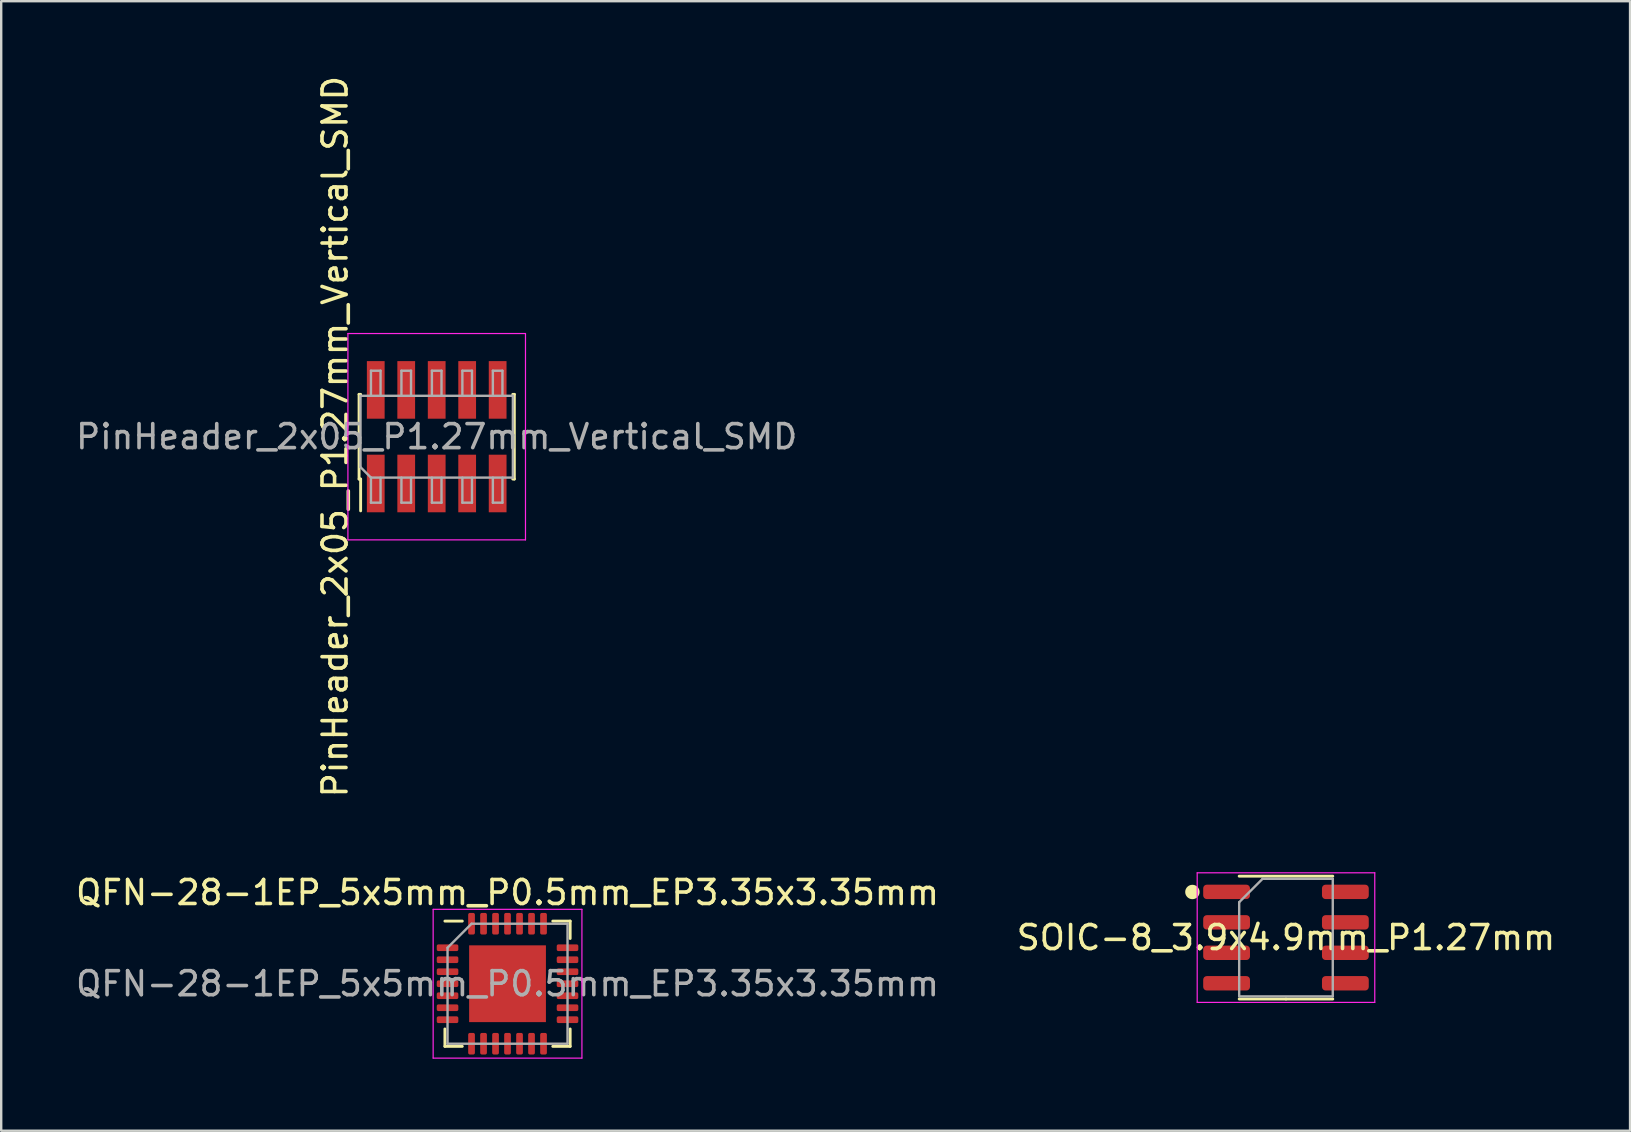
<source format=kicad_pcb>
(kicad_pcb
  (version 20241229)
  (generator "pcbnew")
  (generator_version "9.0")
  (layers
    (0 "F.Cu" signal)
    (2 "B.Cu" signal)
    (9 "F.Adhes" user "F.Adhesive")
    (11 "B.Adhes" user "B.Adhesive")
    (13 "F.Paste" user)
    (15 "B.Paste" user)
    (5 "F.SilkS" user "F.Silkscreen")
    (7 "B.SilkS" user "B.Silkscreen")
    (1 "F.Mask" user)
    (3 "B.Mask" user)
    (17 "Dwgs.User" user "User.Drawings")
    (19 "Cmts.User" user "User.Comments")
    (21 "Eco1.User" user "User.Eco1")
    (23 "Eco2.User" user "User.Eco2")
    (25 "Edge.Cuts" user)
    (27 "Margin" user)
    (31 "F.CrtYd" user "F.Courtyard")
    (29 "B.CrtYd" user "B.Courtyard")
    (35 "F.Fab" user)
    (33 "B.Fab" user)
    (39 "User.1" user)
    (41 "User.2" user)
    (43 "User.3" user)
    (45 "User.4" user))
  (footprint "QFN-28-1EP_5x5mm_P0.5mm_EP3.35x3.35mm"
    (layer "F.Cu")
    (at 18.101 37.946)
    (property "Reference" "QFN-28-1EP_5x5mm_P0.5mm_EP3.35x3.35mm" (at 0 -3.8 0) (layer "F.SilkS") (effects (font (size 1 1) (thickness 0.15))))
    (attr smd)
    (fp_line (start -2.61 2.61) (end -2.61 1.885) (stroke (width 0.12) (type solid)) (layer "F.SilkS"))
    (fp_line (start -1.885 -2.61) (end -2.61 -2.61) (stroke (width 0.12) (type solid)) (layer "F.SilkS"))
    (fp_line (start -1.885 2.61) (end -2.61 2.61) (stroke (width 0.12) (type solid)) (layer "F.SilkS"))
    (fp_line (start 1.885 -2.61) (end 2.61 -2.61) (stroke (width 0.12) (type solid)) (layer "F.SilkS"))
    (fp_line (start 1.885 2.61) (end 2.61 2.61) (stroke (width 0.12) (type solid)) (layer "F.SilkS"))
    (fp_line (start 2.61 -2.61) (end 2.61 -1.885) (stroke (width 0.12) (type solid)) (layer "F.SilkS"))
    (fp_line (start 2.61 2.61) (end 2.61 1.885) (stroke (width 0.12) (type solid)) (layer "F.SilkS"))
    (fp_line (start -3.1 -3.1) (end -3.1 3.1) (stroke (width 0.05) (type solid)) (layer "F.CrtYd"))
    (fp_line (start -3.1 3.1) (end 3.1 3.1) (stroke (width 0.05) (type solid)) (layer "F.CrtYd"))
    (fp_line (start 3.1 -3.1) (end -3.1 -3.1) (stroke (width 0.05) (type solid)) (layer "F.CrtYd"))
    (fp_line (start 3.1 3.1) (end 3.1 -3.1) (stroke (width 0.05) (type solid)) (layer "F.CrtYd"))
    (fp_line (start -2.5 -1.5) (end -1.5 -2.5) (stroke (width 0.1) (type solid)) (layer "F.Fab"))
    (fp_line (start -2.5 2.5) (end -2.5 -1.5) (stroke (width 0.1) (type solid)) (layer "F.Fab"))
    (fp_line (start -1.5 -2.5) (end 2.5 -2.5) (stroke (width 0.1) (type solid)) (layer "F.Fab"))
    (fp_line (start 2.5 -2.5) (end 2.5 2.5) (stroke (width 0.1) (type solid)) (layer "F.Fab"))
    (fp_line (start 2.5 2.5) (end -2.5 2.5) (stroke (width 0.1) (type solid)) (layer "F.Fab"))
    (fp_text user "${REFERENCE}" (at 0 0 0) (layer "F.Fab") (effects (font (size 1 1) (thickness 0.15))))
    (pad "" smd roundrect (at -1.12 -1.12) (size 0.9 0.9) (layers "F.Paste") (roundrect_rratio 0.25))
    (pad "" smd roundrect (at -1.12 0) (size 0.9 0.9) (layers "F.Paste") (roundrect_rratio 0.25))
    (pad "" smd roundrect (at -1.12 1.12) (size 0.9 0.9) (layers "F.Paste") (roundrect_rratio 0.25))
    (pad "" smd roundrect (at 0 -1.12) (size 0.9 0.9) (layers "F.Paste") (roundrect_rratio 0.25))
    (pad "" smd roundrect (at 0 0) (size 0.9 0.9) (layers "F.Paste") (roundrect_rratio 0.25))
    (pad "" smd roundrect (at 0 1.12) (size 0.9 0.9) (layers "F.Paste") (roundrect_rratio 0.25))
    (pad "" smd roundrect (at 1.12 -1.12) (size 0.9 0.9) (layers "F.Paste") (roundrect_rratio 0.25))
    (pad "" smd roundrect (at 1.12 0) (size 0.9 0.9) (layers "F.Paste") (roundrect_rratio 0.25))
    (pad "" smd roundrect (at 1.12 1.12) (size 0.9 0.9) (layers "F.Paste") (roundrect_rratio 0.25))
    (pad "1" smd roundrect (at -2.5 -1.5) (size 0.9 0.28) (layers "F.Cu" "F.Mask" "F.Paste") (roundrect_rratio 0.25))
    (pad "2" smd roundrect (at -2.5 -1) (size 0.9 0.28) (layers "F.Cu" "F.Mask" "F.Paste") (roundrect_rratio 0.25))
    (pad "3" smd roundrect (at -2.5 -0.5) (size 0.9 0.28) (layers "F.Cu" "F.Mask" "F.Paste") (roundrect_rratio 0.25))
    (pad "4" smd roundrect (at -2.5 0) (size 0.9 0.28) (layers "F.Cu" "F.Mask" "F.Paste") (roundrect_rratio 0.25))
    (pad "5" smd roundrect (at -2.5 0.5) (size 0.9 0.28) (layers "F.Cu" "F.Mask" "F.Paste") (roundrect_rratio 0.25))
    (pad "6" smd roundrect (at -2.5 1) (size 0.9 0.28) (layers "F.Cu" "F.Mask" "F.Paste") (roundrect_rratio 0.25))
    (pad "7" smd roundrect (at -2.5 1.5) (size 0.9 0.28) (layers "F.Cu" "F.Mask" "F.Paste") (roundrect_rratio 0.25))
    (pad "8" smd roundrect (at -1.5 2.5) (size 0.28 0.9) (layers "F.Cu" "F.Mask" "F.Paste") (roundrect_rratio 0.25))
    (pad "9" smd roundrect (at -1 2.5) (size 0.28 0.9) (layers "F.Cu" "F.Mask" "F.Paste") (roundrect_rratio 0.25))
    (pad "10" smd roundrect (at -0.5 2.5) (size 0.28 0.9) (layers "F.Cu" "F.Mask" "F.Paste") (roundrect_rratio 0.25))
    (pad "11" smd roundrect (at 0 2.5) (size 0.28 0.9) (layers "F.Cu" "F.Mask" "F.Paste") (roundrect_rratio 0.25))
    (pad "12" smd roundrect (at 0.5 2.5) (size 0.28 0.9) (layers "F.Cu" "F.Mask" "F.Paste") (roundrect_rratio 0.25))
    (pad "13" smd roundrect (at 1 2.5) (size 0.28 0.9) (layers "F.Cu" "F.Mask" "F.Paste") (roundrect_rratio 0.25))
    (pad "14" smd roundrect (at 1.5 2.5) (size 0.28 0.9) (layers "F.Cu" "F.Mask" "F.Paste") (roundrect_rratio 0.25))
    (pad "15" smd roundrect (at 2.5 1.5) (size 0.9 0.28) (layers "F.Cu" "F.Mask" "F.Paste") (roundrect_rratio 0.25))
    (pad "16" smd roundrect (at 2.5 1) (size 0.9 0.28) (layers "F.Cu" "F.Mask" "F.Paste") (roundrect_rratio 0.25))
    (pad "17" smd roundrect (at 2.5 0.5) (size 0.9 0.28) (layers "F.Cu" "F.Mask" "F.Paste") (roundrect_rratio 0.25))
    (pad "18" smd roundrect (at 2.5 0) (size 0.9 0.28) (layers "F.Cu" "F.Mask" "F.Paste") (roundrect_rratio 0.25))
    (pad "19" smd roundrect (at 2.5 -0.5) (size 0.9 0.28) (layers "F.Cu" "F.Mask" "F.Paste") (roundrect_rratio 0.25))
    (pad "20" smd roundrect (at 2.5 -1) (size 0.9 0.28) (layers "F.Cu" "F.Mask" "F.Paste") (roundrect_rratio 0.25))
    (pad "21" smd roundrect (at 2.5 -1.5) (size 0.9 0.28) (layers "F.Cu" "F.Mask" "F.Paste") (roundrect_rratio 0.25))
    (pad "22" smd roundrect (at 1.5 -2.5) (size 0.28 0.9) (layers "F.Cu" "F.Mask" "F.Paste") (roundrect_rratio 0.25))
    (pad "23" smd roundrect (at 1 -2.5) (size 0.28 0.9) (layers "F.Cu" "F.Mask" "F.Paste") (roundrect_rratio 0.25))
    (pad "24" smd roundrect (at 0.5 -2.5) (size 0.28 0.9) (layers "F.Cu" "F.Mask" "F.Paste") (roundrect_rratio 0.25))
    (pad "25" smd roundrect (at 0 -2.5) (size 0.28 0.9) (layers "F.Cu" "F.Mask" "F.Paste") (roundrect_rratio 0.25))
    (pad "26" smd roundrect (at -0.5 -2.5) (size 0.28 0.9) (layers "F.Cu" "F.Mask" "F.Paste") (roundrect_rratio 0.25))
    (pad "27" smd roundrect (at -1 -2.5) (size 0.28 0.9) (layers "F.Cu" "F.Mask" "F.Paste") (roundrect_rratio 0.25))
    (pad "28" smd roundrect (at -1.5 -2.5) (size 0.28 0.9) (layers "F.Cu" "F.Mask" "F.Paste") (roundrect_rratio 0.25))
    (pad "29" smd rect (at 0 0) (size 3.2 3.2) (layers "F.Cu" "F.Mask")))
  (footprint "SOIC-8_3.9x4.9mm_P1.27mm"
    (layer "F.Cu")
    (at 50.542 36.023)
    (property "Reference" "SOIC-8_3.9x4.9mm_P1.27mm" (at 0 0 0) (layer "F.SilkS") (effects (font (size 1 1) (thickness 0.15))))
    (attr smd)
    (fp_line (start -1.95 -2.56) (end 1.95 -2.56) (stroke (width 0.12) (type solid)) (layer "F.SilkS"))
    (fp_line (start 0 2.56) (end -1.95 2.56) (stroke (width 0.12) (type solid)) (layer "F.SilkS"))
    (fp_line (start 0 2.56) (end 1.95 2.56) (stroke (width 0.12) (type solid)) (layer "F.SilkS"))
    (fp_circle (center -3.9 -1.9) (end -3.6 -1.9) (stroke (width 0) (type solid)) (fill yes) (layer "F.SilkS"))
    (fp_line (start -3.7 -2.7) (end -3.7 2.7) (stroke (width 0.05) (type solid)) (layer "F.CrtYd"))
    (fp_line (start -3.7 2.7) (end 3.7 2.7) (stroke (width 0.05) (type solid)) (layer "F.CrtYd"))
    (fp_line (start 3.7 -2.7) (end -3.7 -2.7) (stroke (width 0.05) (type solid)) (layer "F.CrtYd"))
    (fp_line (start 3.7 2.7) (end 3.7 -2.7) (stroke (width 0.05) (type solid)) (layer "F.CrtYd"))
    (fp_line (start -1.95 -1.475) (end -0.975 -2.45) (stroke (width 0.1) (type solid)) (layer "F.Fab"))
    (fp_line (start -1.95 2.45) (end -1.95 -1.475) (stroke (width 0.1) (type solid)) (layer "F.Fab"))
    (fp_line (start -0.975 -2.45) (end 1.95 -2.45) (stroke (width 0.1) (type solid)) (layer "F.Fab"))
    (fp_line (start 1.95 -2.45) (end 1.95 2.45) (stroke (width 0.1) (type solid)) (layer "F.Fab"))
    (fp_line (start 1.95 2.45) (end -1.95 2.45) (stroke (width 0.1) (type solid)) (layer "F.Fab"))
    (pad "1" smd roundrect (at -2.475 -1.905) (size 1.95 0.6) (layers "F.Cu" "F.Mask" "F.Paste") (roundrect_rratio 0.25))
    (pad "2" smd roundrect (at -2.475 -0.635) (size 1.95 0.6) (layers "F.Cu" "F.Mask" "F.Paste") (roundrect_rratio 0.25))
    (pad "3" smd roundrect (at -2.475 0.635) (size 1.95 0.6) (layers "F.Cu" "F.Mask" "F.Paste") (roundrect_rratio 0.25))
    (pad "4" smd roundrect (at -2.475 1.905) (size 1.95 0.6) (layers "F.Cu" "F.Mask" "F.Paste") (roundrect_rratio 0.25))
    (pad "5" smd roundrect (at 2.475 1.905) (size 1.95 0.6) (layers "F.Cu" "F.Mask" "F.Paste") (roundrect_rratio 0.25))
    (pad "6" smd roundrect (at 2.475 0.635) (size 1.95 0.6) (layers "F.Cu" "F.Mask" "F.Paste") (roundrect_rratio 0.25))
    (pad "7" smd roundrect (at 2.475 -0.635) (size 1.95 0.6) (layers "F.Cu" "F.Mask" "F.Paste") (roundrect_rratio 0.25))
    (pad "8" smd roundrect (at 2.475 -1.905) (size 1.95 0.6) (layers "F.Cu" "F.Mask" "F.Paste") (roundrect_rratio 0.25)))
  (footprint "PinHeader_2x05_P1.27mm_Vertical_SMD"
    (layer "F.Cu")
    (at 15.149 15.149)
    (property "Reference" "PinHeader_2x05_P1.27mm_Vertical_SMD" (at -4.235 0 90) (layer "F.SilkS") (effects (font (size 1 1) (thickness 0.15))))
    (attr smd)
    (fp_line (start -3.235 -1.765) (end -3.17 -1.765) (stroke (width 0.12) (type solid)) (layer "F.SilkS"))
    (fp_line (start -3.235 1.765) (end -3.235 -1.765) (stroke (width 0.12) (type solid)) (layer "F.SilkS"))
    (fp_line (start -3.235 1.765) (end -3.17 1.765) (stroke (width 0.12) (type solid)) (layer "F.SilkS"))
    (fp_line (start -3.17 3.09) (end -3.17 1.765) (stroke (width 0.12) (type solid)) (layer "F.SilkS"))
    (fp_line (start 3.17 -1.765) (end 3.235 -1.765) (stroke (width 0.12) (type solid)) (layer "F.SilkS"))
    (fp_line (start 3.17 1.765) (end 3.235 1.765) (stroke (width 0.12) (type solid)) (layer "F.SilkS"))
    (fp_line (start 3.235 1.765) (end 3.235 -1.765) (stroke (width 0.12) (type solid)) (layer "F.SilkS"))
    (fp_line (start -3.7 -4.3) (end -3.7 4.3) (stroke (width 0.05) (type solid)) (layer "F.CrtYd"))
    (fp_line (start -3.7 4.3) (end 3.7 4.3) (stroke (width 0.05) (type solid)) (layer "F.CrtYd"))
    (fp_line (start 3.7 -4.3) (end -3.7 -4.3) (stroke (width 0.05) (type solid)) (layer "F.CrtYd"))
    (fp_line (start 3.7 4.3) (end 3.7 -4.3) (stroke (width 0.05) (type solid)) (layer "F.CrtYd"))
    (fp_line (start -3.175 -1.705) (end 3.175 -1.705) (stroke (width 0.1) (type solid)) (layer "F.Fab"))
    (fp_line (start -3.175 1.27) (end -3.175 -1.705) (stroke (width 0.1) (type solid)) (layer "F.Fab"))
    (fp_line (start -2.74 -2.75) (end -2.34 -2.75) (stroke (width 0.1) (type solid)) (layer "F.Fab"))
    (fp_line (start -2.74 -1.705) (end -2.74 -2.75) (stroke (width 0.1) (type solid)) (layer "F.Fab"))
    (fp_line (start -2.74 1.705) (end -3.175 1.27) (stroke (width 0.1) (type solid)) (layer "F.Fab"))
    (fp_line (start -2.74 1.705) (end -2.74 2.75) (stroke (width 0.1) (type solid)) (layer "F.Fab"))
    (fp_line (start -2.74 2.75) (end -2.34 2.75) (stroke (width 0.1) (type solid)) (layer "F.Fab"))
    (fp_line (start -2.34 -2.75) (end -2.34 -1.705) (stroke (width 0.1) (type solid)) (layer "F.Fab"))
    (fp_line (start -2.34 2.75) (end -2.34 1.705) (stroke (width 0.1) (type solid)) (layer "F.Fab"))
    (fp_line (start -1.47 -2.75) (end -1.07 -2.75) (stroke (width 0.1) (type solid)) (layer "F.Fab"))
    (fp_line (start -1.47 -1.705) (end -1.47 -2.75) (stroke (width 0.1) (type solid)) (layer "F.Fab"))
    (fp_line (start -1.47 1.705) (end -1.47 2.75) (stroke (width 0.1) (type solid)) (layer "F.Fab"))
    (fp_line (start -1.47 2.75) (end -1.07 2.75) (stroke (width 0.1) (type solid)) (layer "F.Fab"))
    (fp_line (start -1.07 -2.75) (end -1.07 -1.705) (stroke (width 0.1) (type solid)) (layer "F.Fab"))
    (fp_line (start -1.07 2.75) (end -1.07 1.705) (stroke (width 0.1) (type solid)) (layer "F.Fab"))
    (fp_line (start -0.2 -2.75) (end 0.2 -2.75) (stroke (width 0.1) (type solid)) (layer "F.Fab"))
    (fp_line (start -0.2 -1.705) (end -0.2 -2.75) (stroke (width 0.1) (type solid)) (layer "F.Fab"))
    (fp_line (start -0.2 1.705) (end -0.2 2.75) (stroke (width 0.1) (type solid)) (layer "F.Fab"))
    (fp_line (start -0.2 2.75) (end 0.2 2.75) (stroke (width 0.1) (type solid)) (layer "F.Fab"))
    (fp_line (start 0.2 -2.75) (end 0.2 -1.705) (stroke (width 0.1) (type solid)) (layer "F.Fab"))
    (fp_line (start 0.2 2.75) (end 0.2 1.705) (stroke (width 0.1) (type solid)) (layer "F.Fab"))
    (fp_line (start 1.07 -2.75) (end 1.47 -2.75) (stroke (width 0.1) (type solid)) (layer "F.Fab"))
    (fp_line (start 1.07 -1.705) (end 1.07 -2.75) (stroke (width 0.1) (type solid)) (layer "F.Fab"))
    (fp_line (start 1.07 1.705) (end 1.07 2.75) (stroke (width 0.1) (type solid)) (layer "F.Fab"))
    (fp_line (start 1.07 2.75) (end 1.47 2.75) (stroke (width 0.1) (type solid)) (layer "F.Fab"))
    (fp_line (start 1.47 -2.75) (end 1.47 -1.705) (stroke (width 0.1) (type solid)) (layer "F.Fab"))
    (fp_line (start 1.47 2.75) (end 1.47 1.705) (stroke (width 0.1) (type solid)) (layer "F.Fab"))
    (fp_line (start 2.34 -2.75) (end 2.74 -2.75) (stroke (width 0.1) (type solid)) (layer "F.Fab"))
    (fp_line (start 2.34 -1.705) (end 2.34 -2.75) (stroke (width 0.1) (type solid)) (layer "F.Fab"))
    (fp_line (start 2.34 1.705) (end 2.34 2.75) (stroke (width 0.1) (type solid)) (layer "F.Fab"))
    (fp_line (start 2.34 2.75) (end 2.74 2.75) (stroke (width 0.1) (type solid)) (layer "F.Fab"))
    (fp_line (start 2.74 -2.75) (end 2.74 -1.705) (stroke (width 0.1) (type solid)) (layer "F.Fab"))
    (fp_line (start 2.74 2.75) (end 2.74 1.705) (stroke (width 0.1) (type solid)) (layer "F.Fab"))
    (fp_line (start 3.175 -1.705) (end 3.175 1.705) (stroke (width 0.1) (type solid)) (layer "F.Fab"))
    (fp_line (start 3.175 1.705) (end -2.74 1.705) (stroke (width 0.1) (type solid)) (layer "F.Fab"))
    (fp_text user "${REFERENCE}" (at 0 0 180) (layer "F.Fab") (effects (font (size 1 1) (thickness 0.15))))
    (pad "1" smd rect (at -2.54 1.95) (size 0.74 2.4) (layers "F.Cu" "F.Mask" "F.Paste"))
    (pad "2" smd rect (at -2.54 -1.95) (size 0.74 2.4) (layers "F.Cu" "F.Mask" "F.Paste"))
    (pad "3" smd rect (at -1.27 1.95) (size 0.74 2.4) (layers "F.Cu" "F.Mask" "F.Paste"))
    (pad "4" smd rect (at -1.27 -1.95) (size 0.74 2.4) (layers "F.Cu" "F.Mask" "F.Paste"))
    (pad "5" smd rect (at 0 1.95) (size 0.74 2.4) (layers "F.Cu" "F.Mask" "F.Paste"))
    (pad "6" smd rect (at 0 -1.95) (size 0.74 2.4) (layers "F.Cu" "F.Mask" "F.Paste"))
    (pad "7" smd rect (at 1.27 1.95) (size 0.74 2.4) (layers "F.Cu" "F.Mask" "F.Paste"))
    (pad "8" smd rect (at 1.27 -1.95) (size 0.74 2.4) (layers "F.Cu" "F.Mask" "F.Paste"))
    (pad "9" smd rect (at 2.54 1.95) (size 0.74 2.4) (layers "F.Cu" "F.Mask" "F.Paste"))
    (pad "10" smd rect (at 2.54 -1.95) (size 0.74 2.4) (layers "F.Cu" "F.Mask" "F.Paste")))
  (gr_rect
    (start -3 -3)
    (end 64.881 44.071)
    (stroke (width 0.1) (type default))
    (fill no)
    (layer "Edge.Cuts")))
</source>
